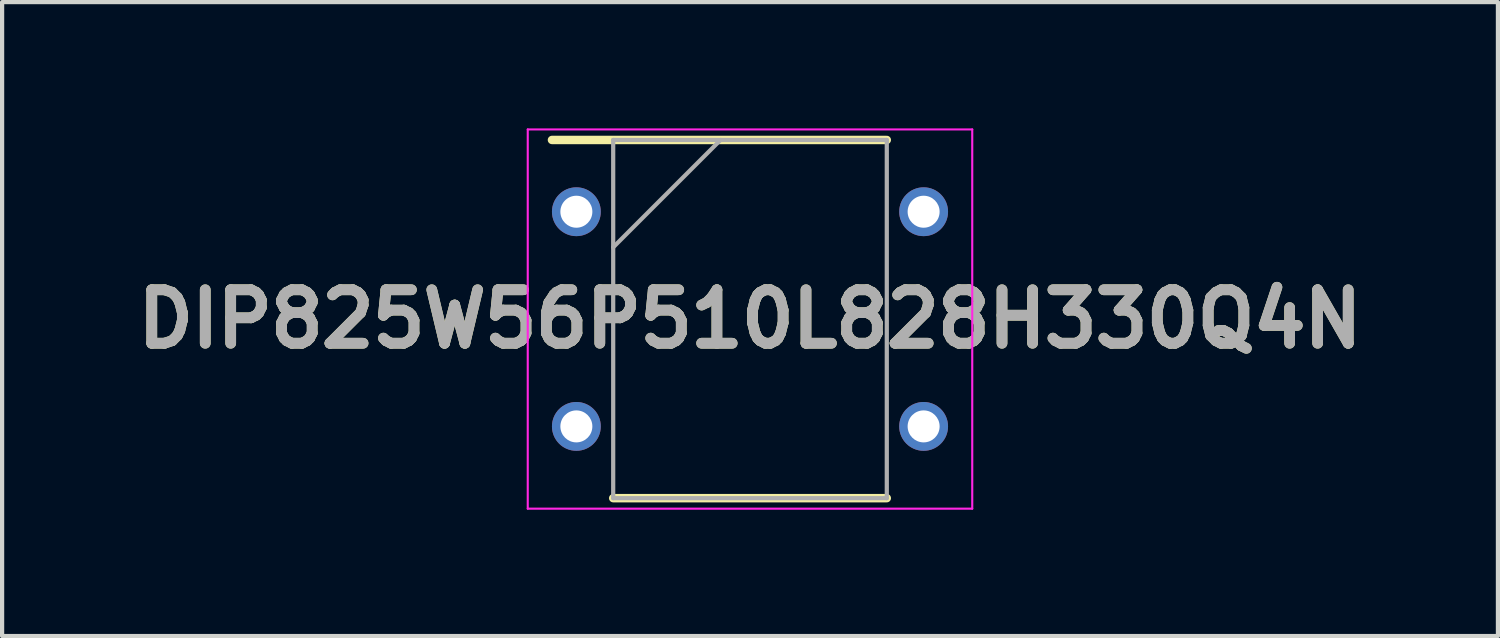
<source format=kicad_pcb>
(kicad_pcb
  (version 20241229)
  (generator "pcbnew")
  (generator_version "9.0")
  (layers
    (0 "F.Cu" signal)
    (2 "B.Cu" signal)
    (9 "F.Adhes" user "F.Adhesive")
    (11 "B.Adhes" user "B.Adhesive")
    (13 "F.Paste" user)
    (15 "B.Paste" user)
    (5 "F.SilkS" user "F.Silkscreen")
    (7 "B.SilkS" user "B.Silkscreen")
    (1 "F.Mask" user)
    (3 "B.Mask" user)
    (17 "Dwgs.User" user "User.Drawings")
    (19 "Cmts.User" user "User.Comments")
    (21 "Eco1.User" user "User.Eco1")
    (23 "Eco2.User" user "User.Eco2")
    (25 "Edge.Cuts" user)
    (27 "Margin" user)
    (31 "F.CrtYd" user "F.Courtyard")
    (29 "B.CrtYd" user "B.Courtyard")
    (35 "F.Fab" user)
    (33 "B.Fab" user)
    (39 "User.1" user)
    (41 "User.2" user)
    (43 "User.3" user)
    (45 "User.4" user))
  (footprint "DIP825W56P510L828H330Q4N"
    (layer "F.Cu")
    (at 14.768 4.53)
    (property "Reference" "DIP825W56P510L828H330Q4N" (at 0 0 0) (layer "F.SilkS") (effects (font (size 1.27 1.27) (thickness 0.254))))
    (attr through_hole)
    (fp_line (start -4.705 -4.255) (end 3.25 -4.255) (stroke (width 0.2) (type solid)) (layer "F.SilkS"))
    (fp_line (start -3.25 4.255) (end 3.25 4.255) (stroke (width 0.2) (type solid)) (layer "F.SilkS"))
    (fp_line (start -5.28 -4.505) (end 5.28 -4.505) (stroke (width 0.05) (type solid)) (layer "F.CrtYd"))
    (fp_line (start -5.28 4.505) (end -5.28 -4.505) (stroke (width 0.05) (type solid)) (layer "F.CrtYd"))
    (fp_line (start 5.28 -4.505) (end 5.28 4.505) (stroke (width 0.05) (type solid)) (layer "F.CrtYd"))
    (fp_line (start 5.28 4.505) (end -5.28 4.505) (stroke (width 0.05) (type solid)) (layer "F.CrtYd"))
    (fp_line (start -3.25 -4.255) (end 3.25 -4.255) (stroke (width 0.1) (type solid)) (layer "F.Fab"))
    (fp_line (start -3.25 -1.705) (end -0.7 -4.255) (stroke (width 0.1) (type solid)) (layer "F.Fab"))
    (fp_line (start -3.25 4.255) (end -3.25 -4.255) (stroke (width 0.1) (type solid)) (layer "F.Fab"))
    (fp_line (start 3.25 -4.255) (end 3.25 4.255) (stroke (width 0.1) (type solid)) (layer "F.Fab"))
    (fp_line (start 3.25 4.255) (end -3.25 4.255) (stroke (width 0.1) (type solid)) (layer "F.Fab"))
    (fp_text user "${REFERENCE}" (at 0 0 0) (layer "F.Fab") (effects (font (size 1.27 1.27) (thickness 0.254))))
    (pad "1" thru_hole circle (at -4.125 -2.55) (size 1.16 1.16) (drill 0.76) (layers "*.Cu" "*.Mask"))
    (pad "2" thru_hole circle (at -4.125 2.55) (size 1.16 1.16) (drill 0.76) (layers "*.Cu" "*.Mask"))
    (pad "3" thru_hole circle (at 4.125 2.55) (size 1.16 1.16) (drill 0.76) (layers "*.Cu" "*.Mask"))
    (pad "4" thru_hole circle (at 4.125 -2.55) (size 1.16 1.16) (drill 0.76) (layers "*.Cu" "*.Mask")))
  (gr_rect
    (start -3 -3)
    (end 32.537 12.06)
    (stroke (width 0.1) (type default))
    (fill no)
    (layer "Edge.Cuts")))
</source>
